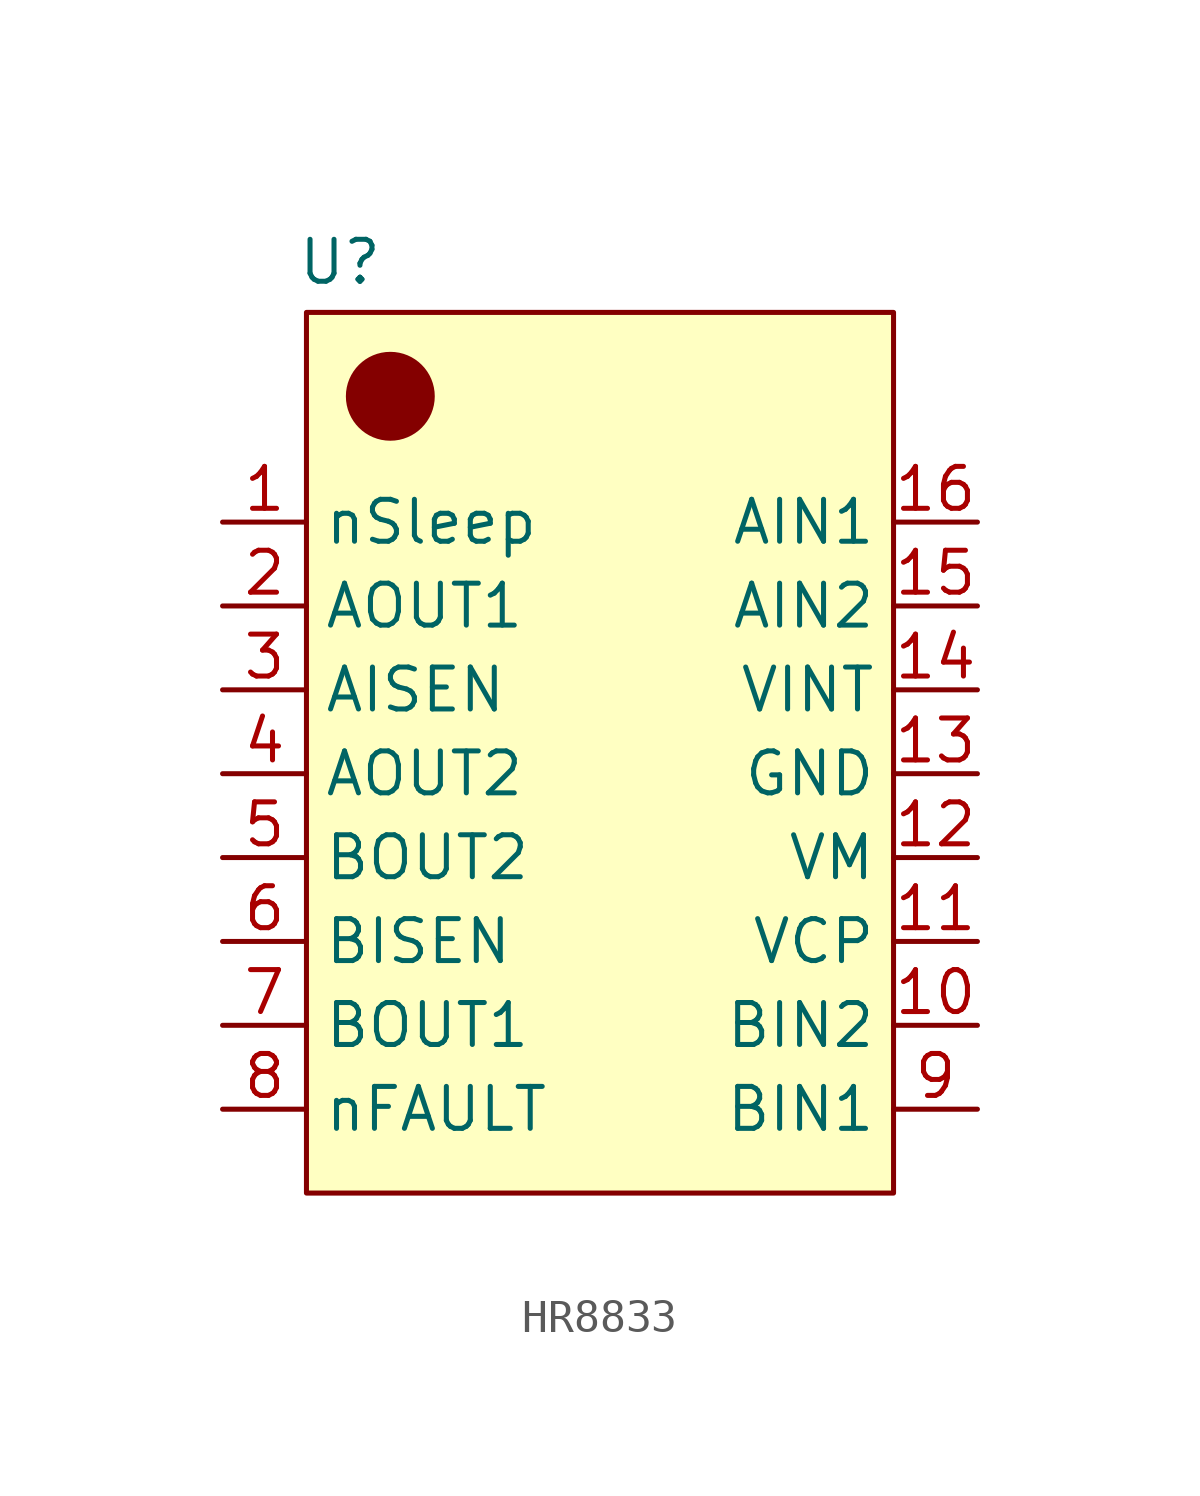
<source format=kicad_sym>
(kicad_symbol_lib
  (version 20241209)
  (generator "kicad_symbol_editor")
  (generator_version "9.0")
  (symbol "HR8833"
    (property "Reference" "U"
      (at -7.874 16.764 0)
      (effects (font (size 1.27 1.27))))
    (property "Value" ""
      (at 0 0 0)
      (effects (font (size 1.27 1.27))))
    (symbol "HR8833_1_1"
      (rectangle (start -8.89 15.24) (end 8.89 -11.43) (stroke (width 0) (type solid)) (fill (type background)))
      (circle (center -6.35 12.7) (radius 1.27) (stroke (width 0) (type solid)) (fill (type outline)))
      (pin input line (at -11.43 8.89 0) (length 2.54) (name "nSleep" (effects (font (size 1.27 1.27)))) (number "1" (effects (font (size 1.27 1.27)))))
      (pin output line (at -11.43 6.35 0) (length 2.54) (name "AOUT1" (effects (font (size 1.27 1.27)))) (number "2" (effects (font (size 1.27 1.27)))))
      (pin input line (at -11.43 3.81 0) (length 2.54) (name "AISEN" (effects (font (size 1.27 1.27)))) (number "3" (effects (font (size 1.27 1.27)))))
      (pin output line (at -11.43 1.27 0) (length 2.54) (name "AOUT2" (effects (font (size 1.27 1.27)))) (number "4" (effects (font (size 1.27 1.27)))))
      (pin input line (at -11.43 -1.27 0) (length 2.54) (name "BOUT2" (effects (font (size 1.27 1.27)))) (number "5" (effects (font (size 1.27 1.27)))))
      (pin input line (at -11.43 -3.81 0) (length 2.54) (name "BISEN" (effects (font (size 1.27 1.27)))) (number "6" (effects (font (size 1.27 1.27)))))
      (pin input line (at -11.43 -6.35 0) (length 2.54) (name "BOUT1" (effects (font (size 1.27 1.27)))) (number "7" (effects (font (size 1.27 1.27)))))
      (pin input line (at -11.43 -8.89 0) (length 2.54) (name "nFAULT" (effects (font (size 1.27 1.27)))) (number "8" (effects (font (size 1.27 1.27)))))
      (pin input line (at 11.43 8.89 180) (length 2.54) (name "AIN1" (effects (font (size 1.27 1.27)))) (number "16" (effects (font (size 1.27 1.27)))))
      (pin input line (at 11.43 6.35 180) (length 2.54) (name "AIN2" (effects (font (size 1.27 1.27)))) (number "15" (effects (font (size 1.27 1.27)))))
      (pin input line (at 11.43 3.81 180) (length 2.54) (name "VINT" (effects (font (size 1.27 1.27)))) (number "14" (effects (font (size 1.27 1.27)))))
      (pin input line (at 11.43 1.27 180) (length 2.54) (name "GND" (effects (font (size 1.27 1.27)))) (number "13" (effects (font (size 1.27 1.27)))))
      (pin input line (at 11.43 -1.27 180) (length 2.54) (name "VM" (effects (font (size 1.27 1.27)))) (number "12" (effects (font (size 1.27 1.27)))))
      (pin input line (at 11.43 -3.81 180) (length 2.54) (name "VCP" (effects (font (size 1.27 1.27)))) (number "11" (effects (font (size 1.27 1.27)))))
      (pin input line (at 11.43 -6.35 180) (length 2.54) (name "BIN2" (effects (font (size 1.27 1.27)))) (number "10" (effects (font (size 1.27 1.27)))))
      (pin input line (at 11.43 -8.89 180) (length 2.54) (name "BIN1" (effects (font (size 1.27 1.27)))) (number "9" (effects (font (size 1.27 1.27))))))))
</source>
